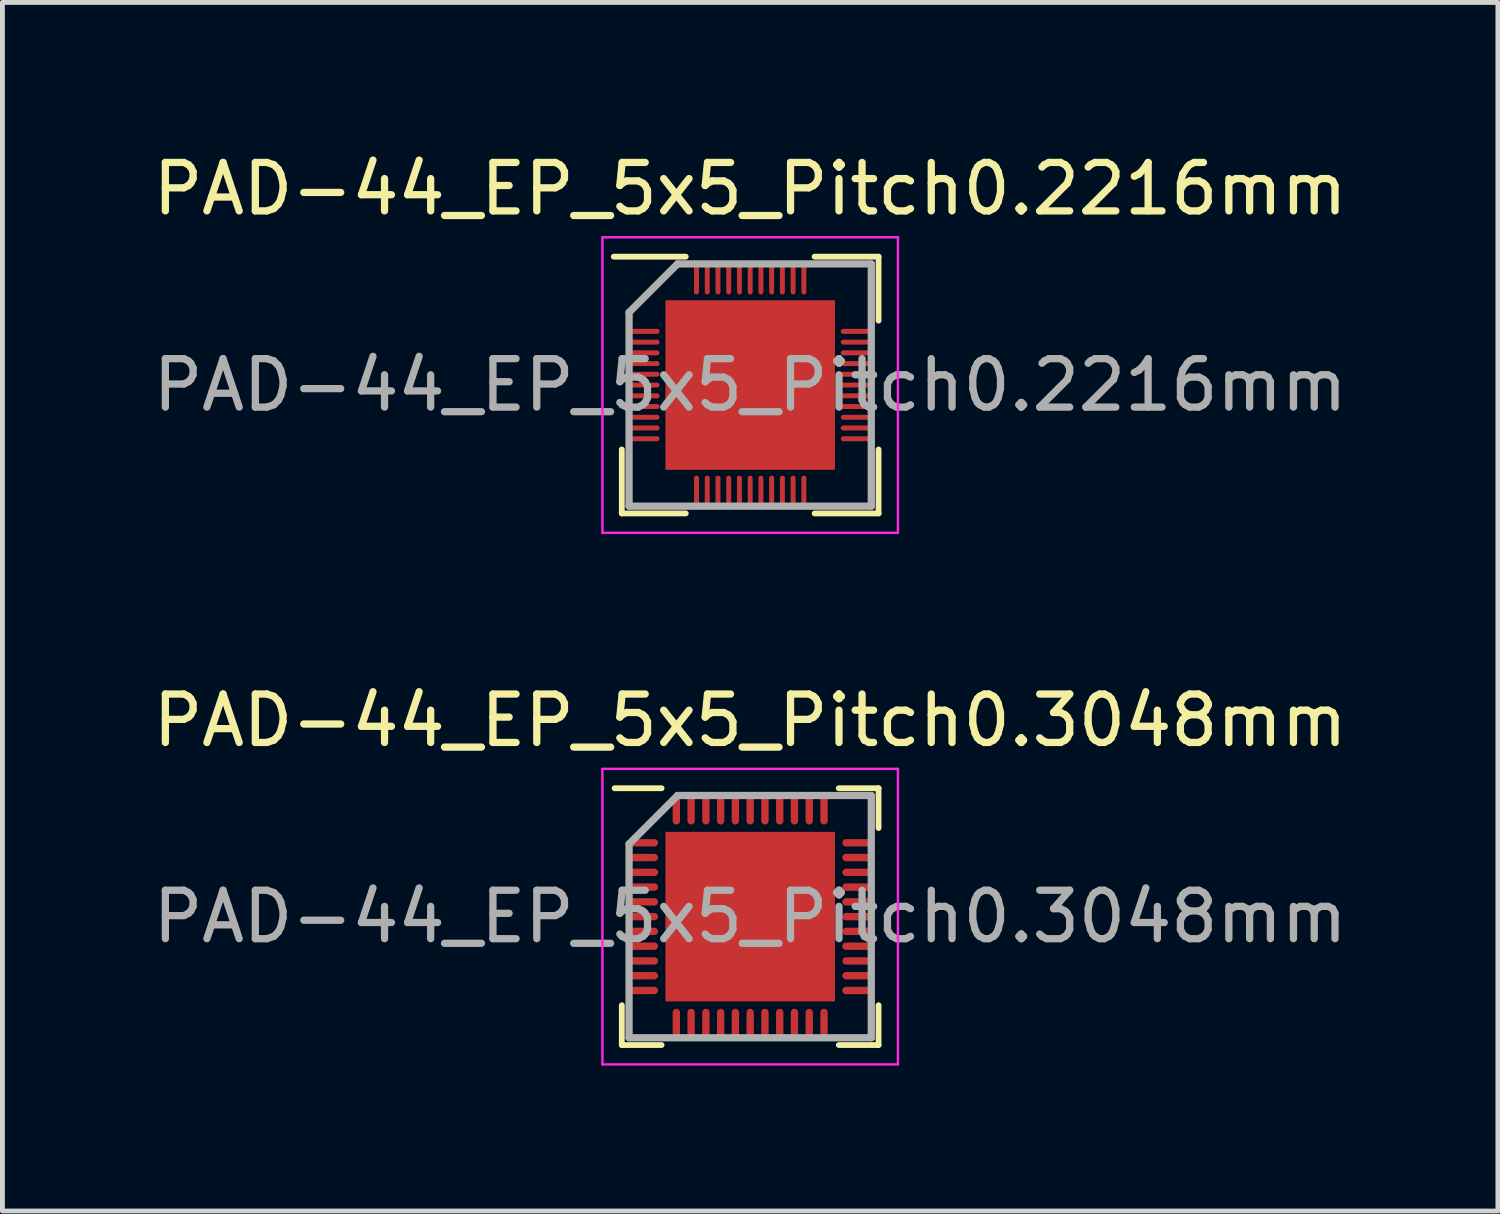
<source format=kicad_pcb>
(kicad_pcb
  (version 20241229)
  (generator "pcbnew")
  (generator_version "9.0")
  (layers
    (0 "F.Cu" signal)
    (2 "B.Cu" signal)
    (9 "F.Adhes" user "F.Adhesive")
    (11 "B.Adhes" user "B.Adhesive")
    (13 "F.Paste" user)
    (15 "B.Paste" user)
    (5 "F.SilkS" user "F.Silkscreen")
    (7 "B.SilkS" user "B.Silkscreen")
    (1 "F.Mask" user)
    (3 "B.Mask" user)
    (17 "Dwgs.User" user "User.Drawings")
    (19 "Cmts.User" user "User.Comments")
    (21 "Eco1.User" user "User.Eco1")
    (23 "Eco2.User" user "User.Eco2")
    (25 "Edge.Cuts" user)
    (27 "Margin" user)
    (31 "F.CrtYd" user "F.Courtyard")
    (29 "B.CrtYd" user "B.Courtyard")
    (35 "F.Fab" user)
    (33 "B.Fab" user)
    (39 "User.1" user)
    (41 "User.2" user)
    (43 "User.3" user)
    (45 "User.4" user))
  (footprint "PAD-44_EP_5x5_Pitch0.2216mm"
    (layer "F.Cu")
    (at 12.435 4.898)
    (property "Reference" "PAD-44_EP_5x5_Pitch0.2216mm" (at 0 -4.05 0) (layer "F.SilkS") (effects (font (size 1 1) (thickness 0.15))))
    (attr smd)
    (fp_line (start -2.65 2.65) (end -2.65 1.33) (stroke (width 0.12) (type default)) (layer "F.SilkS"))
    (fp_line (start -1.33 -2.65) (end -2.815 -2.65) (stroke (width 0.12) (type default)) (layer "F.SilkS"))
    (fp_line (start -1.33 2.65) (end -2.65 2.65) (stroke (width 0.12) (type default)) (layer "F.SilkS"))
    (fp_line (start 1.33 -2.65) (end 2.65 -2.65) (stroke (width 0.12) (type default)) (layer "F.SilkS"))
    (fp_line (start 1.33 2.65) (end 2.65 2.65) (stroke (width 0.12) (type default)) (layer "F.SilkS"))
    (fp_line (start 2.65 -2.65) (end 2.65 -1.33) (stroke (width 0.12) (type default)) (layer "F.SilkS"))
    (fp_line (start 2.65 2.65) (end 2.65 1.33) (stroke (width 0.12) (type default)) (layer "F.SilkS"))
    (fp_line (start -3.05 -3.05) (end 3.05 -3.05) (stroke (width 0.05) (type default)) (layer "F.CrtYd"))
    (fp_line (start -3.05 3.05) (end -3.05 -3.05) (stroke (width 0.05) (type default)) (layer "F.CrtYd"))
    (fp_line (start 3.05 -3.05) (end 3.05 3.05) (stroke (width 0.05) (type default)) (layer "F.CrtYd"))
    (fp_line (start 3.05 3.05) (end -3.05 3.05) (stroke (width 0.05) (type default)) (layer "F.CrtYd"))
    (fp_line (start -2.5 -1.5) (end -2.5 2.5) (stroke (width 0.15) (type default)) (layer "F.Fab"))
    (fp_line (start -2.5 2.5) (end 2.5 2.5) (stroke (width 0.15) (type default)) (layer "F.Fab"))
    (fp_line (start -1.5 -2.5) (end -2.5 -1.5) (stroke (width 0.15) (type default)) (layer "F.Fab"))
    (fp_line (start 2.5 -2.5) (end -1.5 -2.5) (stroke (width 0.15) (type default)) (layer "F.Fab"))
    (fp_line (start 2.5 2.5) (end 2.5 -2.5) (stroke (width 0.15) (type default)) (layer "F.Fab"))
    (fp_text user "${REFERENCE}" (at 0 0 0) (layer "F.Fab") (effects (font (size 1 1) (thickness 0.15))))
    (pad "" smd rect (at -1.312 -1.312) (size 0.875 0.875) (layers "F.Paste"))
    (pad "" smd rect (at -1.312 -0.438) (size 0.875 0.875) (layers "F.Paste"))
    (pad "" smd rect (at -1.312 0.438) (size 0.875 0.875) (layers "F.Paste"))
    (pad "" smd rect (at -1.312 1.312) (size 0.875 0.875) (layers "F.Paste"))
    (pad "" smd rect (at -0.438 -1.312) (size 0.875 0.875) (layers "F.Paste"))
    (pad "" smd rect (at -0.438 -0.438) (size 0.875 0.875) (layers "F.Paste"))
    (pad "" smd rect (at -0.438 0.438) (size 0.875 0.875) (layers "F.Paste"))
    (pad "" smd rect (at -0.438 1.312) (size 0.875 0.875) (layers "F.Paste"))
    (pad "" smd rect (at 0.438 -1.312) (size 0.875 0.875) (layers "F.Paste"))
    (pad "" smd rect (at 0.438 -0.438) (size 0.875 0.875) (layers "F.Paste"))
    (pad "" smd rect (at 0.438 0.438) (size 0.875 0.875) (layers "F.Paste"))
    (pad "" smd rect (at 0.438 1.312) (size 0.875 0.875) (layers "F.Paste"))
    (pad "" smd rect (at 1.312 -1.312) (size 0.875 0.875) (layers "F.Paste"))
    (pad "" smd rect (at 1.312 -0.438) (size 0.875 0.875) (layers "F.Paste"))
    (pad "" smd rect (at 1.312 0.438) (size 0.875 0.875) (layers "F.Paste"))
    (pad "" smd rect (at 1.312 1.312) (size 0.875 0.875) (layers "F.Paste"))
    (pad "1" smd oval (at -2.185 -1.108 90) (size 0.102 0.63) (layers "F.Cu" "F.Mask" "F.Paste"))
    (pad "2" smd oval (at -2.185 -0.886 90) (size 0.102 0.63) (layers "F.Cu" "F.Mask" "F.Paste"))
    (pad "3" smd oval (at -2.185 -0.665 90) (size 0.102 0.63) (layers "F.Cu" "F.Mask" "F.Paste"))
    (pad "4" smd oval (at -2.185 -0.443 90) (size 0.102 0.63) (layers "F.Cu" "F.Mask" "F.Paste"))
    (pad "5" smd oval (at -2.185 -0.222 90) (size 0.102 0.63) (layers "F.Cu" "F.Mask" "F.Paste"))
    (pad "6" smd oval (at -2.185 0 90) (size 0.102 0.63) (layers "F.Cu" "F.Mask" "F.Paste"))
    (pad "7" smd oval (at -2.185 0.222 90) (size 0.102 0.63) (layers "F.Cu" "F.Mask" "F.Paste"))
    (pad "8" smd oval (at -2.185 0.443 90) (size 0.102 0.63) (layers "F.Cu" "F.Mask" "F.Paste"))
    (pad "9" smd oval (at -2.185 0.665 90) (size 0.102 0.63) (layers "F.Cu" "F.Mask" "F.Paste"))
    (pad "10" smd oval (at -2.185 0.886 90) (size 0.102 0.63) (layers "F.Cu" "F.Mask" "F.Paste"))
    (pad "11" smd oval (at -2.185 1.108 90) (size 0.102 0.63) (layers "F.Cu" "F.Mask" "F.Paste"))
    (pad "12" smd oval (at -1.108 2.185) (size 0.102 0.63) (layers "F.Cu" "F.Mask" "F.Paste"))
    (pad "13" smd oval (at -0.886 2.185) (size 0.102 0.63) (layers "F.Cu" "F.Mask" "F.Paste"))
    (pad "14" smd oval (at -0.665 2.185) (size 0.102 0.63) (layers "F.Cu" "F.Mask" "F.Paste"))
    (pad "15" smd oval (at -0.443 2.185) (size 0.102 0.63) (layers "F.Cu" "F.Mask" "F.Paste"))
    (pad "16" smd oval (at -0.222 2.185) (size 0.102 0.63) (layers "F.Cu" "F.Mask" "F.Paste"))
    (pad "17" smd oval (at 0 2.185) (size 0.102 0.63) (layers "F.Cu" "F.Mask" "F.Paste"))
    (pad "18" smd oval (at 0.222 2.185) (size 0.102 0.63) (layers "F.Cu" "F.Mask" "F.Paste"))
    (pad "19" smd oval (at 0.443 2.185) (size 0.102 0.63) (layers "F.Cu" "F.Mask" "F.Paste"))
    (pad "20" smd oval (at 0.665 2.185) (size 0.102 0.63) (layers "F.Cu" "F.Mask" "F.Paste"))
    (pad "21" smd oval (at 0.886 2.185) (size 0.102 0.63) (layers "F.Cu" "F.Mask" "F.Paste"))
    (pad "22" smd oval (at 1.108 2.185) (size 0.102 0.63) (layers "F.Cu" "F.Mask" "F.Paste"))
    (pad "23" smd oval (at 2.185 1.108 90) (size 0.102 0.63) (layers "F.Cu" "F.Mask" "F.Paste"))
    (pad "24" smd oval (at 2.185 0.886 90) (size 0.102 0.63) (layers "F.Cu" "F.Mask" "F.Paste"))
    (pad "25" smd oval (at 2.185 0.665 90) (size 0.102 0.63) (layers "F.Cu" "F.Mask" "F.Paste"))
    (pad "26" smd oval (at 2.185 0.443 90) (size 0.102 0.63) (layers "F.Cu" "F.Mask" "F.Paste"))
    (pad "27" smd oval (at 2.185 0.222 90) (size 0.102 0.63) (layers "F.Cu" "F.Mask" "F.Paste"))
    (pad "28" smd oval (at 2.185 0 90) (size 0.102 0.63) (layers "F.Cu" "F.Mask" "F.Paste"))
    (pad "29" smd oval (at 2.185 -0.222 90) (size 0.102 0.63) (layers "F.Cu" "F.Mask" "F.Paste"))
    (pad "30" smd oval (at 2.185 -0.443 90) (size 0.102 0.63) (layers "F.Cu" "F.Mask" "F.Paste"))
    (pad "31" smd oval (at 2.185 -0.665 90) (size 0.102 0.63) (layers "F.Cu" "F.Mask" "F.Paste"))
    (pad "32" smd oval (at 2.185 -0.886 90) (size 0.102 0.63) (layers "F.Cu" "F.Mask" "F.Paste"))
    (pad "33" smd oval (at 2.185 -1.108 90) (size 0.102 0.63) (layers "F.Cu" "F.Mask" "F.Paste"))
    (pad "34" smd oval (at 1.108 -2.185) (size 0.102 0.63) (layers "F.Cu" "F.Mask" "F.Paste"))
    (pad "35" smd oval (at 0.886 -2.185) (size 0.102 0.63) (layers "F.Cu" "F.Mask" "F.Paste"))
    (pad "36" smd oval (at 0.665 -2.185) (size 0.102 0.63) (layers "F.Cu" "F.Mask" "F.Paste"))
    (pad "37" smd oval (at 0.443 -2.185) (size 0.102 0.63) (layers "F.Cu" "F.Mask" "F.Paste"))
    (pad "38" smd oval (at 0.222 -2.185) (size 0.102 0.63) (layers "F.Cu" "F.Mask" "F.Paste"))
    (pad "39" smd oval (at 0 -2.185) (size 0.102 0.63) (layers "F.Cu" "F.Mask" "F.Paste"))
    (pad "40" smd oval (at -0.222 -2.185) (size 0.102 0.63) (layers "F.Cu" "F.Mask" "F.Paste"))
    (pad "41" smd oval (at -0.443 -2.185) (size 0.102 0.63) (layers "F.Cu" "F.Mask" "F.Paste"))
    (pad "42" smd oval (at -0.665 -2.185) (size 0.102 0.63) (layers "F.Cu" "F.Mask" "F.Paste"))
    (pad "43" smd oval (at -0.886 -2.185) (size 0.102 0.63) (layers "F.Cu" "F.Mask" "F.Paste"))
    (pad "44" smd oval (at -1.108 -2.185) (size 0.102 0.63) (layers "F.Cu" "F.Mask" "F.Paste"))
    (pad "45" smd rect (at 0 0) (size 3.5 3.5) (layers "F.Cu" "F.Mask")))
  (footprint "PAD-44_EP_5x5_Pitch0.3048mm"
    (layer "F.Cu")
    (at 12.435 15.871)
    (property "Reference" "PAD-44_EP_5x5_Pitch0.3048mm" (at 0 -4.05 0) (layer "F.SilkS") (effects (font (size 1 1) (thickness 0.15))))
    (attr smd)
    (fp_line (start -2.65 2.65) (end -2.65 1.829) (stroke (width 0.12) (type default)) (layer "F.SilkS"))
    (fp_line (start -1.829 -2.65) (end -2.799 -2.65) (stroke (width 0.12) (type default)) (layer "F.SilkS"))
    (fp_line (start -1.829 2.65) (end -2.65 2.65) (stroke (width 0.12) (type default)) (layer "F.SilkS"))
    (fp_line (start 1.829 -2.65) (end 2.65 -2.65) (stroke (width 0.12) (type default)) (layer "F.SilkS"))
    (fp_line (start 1.829 2.65) (end 2.65 2.65) (stroke (width 0.12) (type default)) (layer "F.SilkS"))
    (fp_line (start 2.65 -2.65) (end 2.65 -1.829) (stroke (width 0.12) (type default)) (layer "F.SilkS"))
    (fp_line (start 2.65 2.65) (end 2.65 1.829) (stroke (width 0.12) (type default)) (layer "F.SilkS"))
    (fp_line (start -3.05 -3.05) (end 3.05 -3.05) (stroke (width 0.05) (type default)) (layer "F.CrtYd"))
    (fp_line (start -3.05 3.05) (end -3.05 -3.05) (stroke (width 0.05) (type default)) (layer "F.CrtYd"))
    (fp_line (start 3.05 -3.05) (end 3.05 3.05) (stroke (width 0.05) (type default)) (layer "F.CrtYd"))
    (fp_line (start 3.05 3.05) (end -3.05 3.05) (stroke (width 0.05) (type default)) (layer "F.CrtYd"))
    (fp_line (start -2.5 -1.5) (end -2.5 2.5) (stroke (width 0.15) (type default)) (layer "F.Fab"))
    (fp_line (start -2.5 2.5) (end 2.5 2.5) (stroke (width 0.15) (type default)) (layer "F.Fab"))
    (fp_line (start -1.5 -2.5) (end -2.5 -1.5) (stroke (width 0.15) (type default)) (layer "F.Fab"))
    (fp_line (start 2.5 -2.5) (end -1.5 -2.5) (stroke (width 0.15) (type default)) (layer "F.Fab"))
    (fp_line (start 2.5 2.5) (end 2.5 -2.5) (stroke (width 0.15) (type default)) (layer "F.Fab"))
    (fp_text user "${REFERENCE}" (at 0 0 0) (layer "F.Fab") (effects (font (size 1 1) (thickness 0.15))))
    (pad "" smd rect (at -1.312 -1.312) (size 0.875 0.875) (layers "F.Paste"))
    (pad "" smd rect (at -1.312 -0.438) (size 0.875 0.875) (layers "F.Paste"))
    (pad "" smd rect (at -1.312 0.438) (size 0.875 0.875) (layers "F.Paste"))
    (pad "" smd rect (at -1.312 1.312) (size 0.875 0.875) (layers "F.Paste"))
    (pad "" smd rect (at -0.438 -1.312) (size 0.875 0.875) (layers "F.Paste"))
    (pad "" smd rect (at -0.438 -0.438) (size 0.875 0.875) (layers "F.Paste"))
    (pad "" smd rect (at -0.438 0.438) (size 0.875 0.875) (layers "F.Paste"))
    (pad "" smd rect (at -0.438 1.312) (size 0.875 0.875) (layers "F.Paste"))
    (pad "" smd rect (at 0.438 -1.312) (size 0.875 0.875) (layers "F.Paste"))
    (pad "" smd rect (at 0.438 -0.438) (size 0.875 0.875) (layers "F.Paste"))
    (pad "" smd rect (at 0.438 0.438) (size 0.875 0.875) (layers "F.Paste"))
    (pad "" smd rect (at 0.438 1.312) (size 0.875 0.875) (layers "F.Paste"))
    (pad "" smd rect (at 1.312 -1.312) (size 0.875 0.875) (layers "F.Paste"))
    (pad "" smd rect (at 1.312 -0.438) (size 0.875 0.875) (layers "F.Paste"))
    (pad "" smd rect (at 1.312 0.438) (size 0.875 0.875) (layers "F.Paste"))
    (pad "" smd rect (at 1.312 1.312) (size 0.875 0.875) (layers "F.Paste"))
    (pad "1" smd oval (at -2.201 -1.524 90) (size 0.152 0.598) (layers "F.Cu" "F.Mask" "F.Paste"))
    (pad "2" smd oval (at -2.201 -1.219 90) (size 0.152 0.598) (layers "F.Cu" "F.Mask" "F.Paste"))
    (pad "3" smd oval (at -2.201 -0.914 90) (size 0.152 0.598) (layers "F.Cu" "F.Mask" "F.Paste"))
    (pad "4" smd oval (at -2.201 -0.61 90) (size 0.152 0.598) (layers "F.Cu" "F.Mask" "F.Paste"))
    (pad "5" smd oval (at -2.201 -0.305 90) (size 0.152 0.598) (layers "F.Cu" "F.Mask" "F.Paste"))
    (pad "6" smd oval (at -2.201 0 90) (size 0.152 0.598) (layers "F.Cu" "F.Mask" "F.Paste"))
    (pad "7" smd oval (at -2.201 0.305 90) (size 0.152 0.598) (layers "F.Cu" "F.Mask" "F.Paste"))
    (pad "8" smd oval (at -2.201 0.61 90) (size 0.152 0.598) (layers "F.Cu" "F.Mask" "F.Paste"))
    (pad "9" smd oval (at -2.201 0.914 90) (size 0.152 0.598) (layers "F.Cu" "F.Mask" "F.Paste"))
    (pad "10" smd oval (at -2.201 1.219 90) (size 0.152 0.598) (layers "F.Cu" "F.Mask" "F.Paste"))
    (pad "11" smd oval (at -2.201 1.524 90) (size 0.152 0.598) (layers "F.Cu" "F.Mask" "F.Paste"))
    (pad "12" smd oval (at -1.524 2.201) (size 0.152 0.598) (layers "F.Cu" "F.Mask" "F.Paste"))
    (pad "13" smd oval (at -1.219 2.201) (size 0.152 0.598) (layers "F.Cu" "F.Mask" "F.Paste"))
    (pad "14" smd oval (at -0.914 2.201) (size 0.152 0.598) (layers "F.Cu" "F.Mask" "F.Paste"))
    (pad "15" smd oval (at -0.61 2.201) (size 0.152 0.598) (layers "F.Cu" "F.Mask" "F.Paste"))
    (pad "16" smd oval (at -0.305 2.201) (size 0.152 0.598) (layers "F.Cu" "F.Mask" "F.Paste"))
    (pad "17" smd oval (at 0 2.201) (size 0.152 0.598) (layers "F.Cu" "F.Mask" "F.Paste"))
    (pad "18" smd oval (at 0.305 2.201) (size 0.152 0.598) (layers "F.Cu" "F.Mask" "F.Paste"))
    (pad "19" smd oval (at 0.61 2.201) (size 0.152 0.598) (layers "F.Cu" "F.Mask" "F.Paste"))
    (pad "20" smd oval (at 0.914 2.201) (size 0.152 0.598) (layers "F.Cu" "F.Mask" "F.Paste"))
    (pad "21" smd oval (at 1.219 2.201) (size 0.152 0.598) (layers "F.Cu" "F.Mask" "F.Paste"))
    (pad "22" smd oval (at 1.524 2.201) (size 0.152 0.598) (layers "F.Cu" "F.Mask" "F.Paste"))
    (pad "23" smd oval (at 2.201 1.524 90) (size 0.152 0.598) (layers "F.Cu" "F.Mask" "F.Paste"))
    (pad "24" smd oval (at 2.201 1.219 90) (size 0.152 0.598) (layers "F.Cu" "F.Mask" "F.Paste"))
    (pad "25" smd oval (at 2.201 0.914 90) (size 0.152 0.598) (layers "F.Cu" "F.Mask" "F.Paste"))
    (pad "26" smd oval (at 2.201 0.61 90) (size 0.152 0.598) (layers "F.Cu" "F.Mask" "F.Paste"))
    (pad "27" smd oval (at 2.201 0.305 90) (size 0.152 0.598) (layers "F.Cu" "F.Mask" "F.Paste"))
    (pad "28" smd oval (at 2.201 0 90) (size 0.152 0.598) (layers "F.Cu" "F.Mask" "F.Paste"))
    (pad "29" smd oval (at 2.201 -0.305 90) (size 0.152 0.598) (layers "F.Cu" "F.Mask" "F.Paste"))
    (pad "30" smd oval (at 2.201 -0.61 90) (size 0.152 0.598) (layers "F.Cu" "F.Mask" "F.Paste"))
    (pad "31" smd oval (at 2.201 -0.914 90) (size 0.152 0.598) (layers "F.Cu" "F.Mask" "F.Paste"))
    (pad "32" smd oval (at 2.201 -1.219 90) (size 0.152 0.598) (layers "F.Cu" "F.Mask" "F.Paste"))
    (pad "33" smd oval (at 2.201 -1.524 90) (size 0.152 0.598) (layers "F.Cu" "F.Mask" "F.Paste"))
    (pad "34" smd oval (at 1.524 -2.201) (size 0.152 0.598) (layers "F.Cu" "F.Mask" "F.Paste"))
    (pad "35" smd oval (at 1.219 -2.201) (size 0.152 0.598) (layers "F.Cu" "F.Mask" "F.Paste"))
    (pad "36" smd oval (at 0.914 -2.201) (size 0.152 0.598) (layers "F.Cu" "F.Mask" "F.Paste"))
    (pad "37" smd oval (at 0.61 -2.201) (size 0.152 0.598) (layers "F.Cu" "F.Mask" "F.Paste"))
    (pad "38" smd oval (at 0.305 -2.201) (size 0.152 0.598) (layers "F.Cu" "F.Mask" "F.Paste"))
    (pad "39" smd oval (at 0 -2.201) (size 0.152 0.598) (layers "F.Cu" "F.Mask" "F.Paste"))
    (pad "40" smd oval (at -0.305 -2.201) (size 0.152 0.598) (layers "F.Cu" "F.Mask" "F.Paste"))
    (pad "41" smd oval (at -0.61 -2.201) (size 0.152 0.598) (layers "F.Cu" "F.Mask" "F.Paste"))
    (pad "42" smd oval (at -0.914 -2.201) (size 0.152 0.598) (layers "F.Cu" "F.Mask" "F.Paste"))
    (pad "43" smd oval (at -1.219 -2.201) (size 0.152 0.598) (layers "F.Cu" "F.Mask" "F.Paste"))
    (pad "44" smd oval (at -1.524 -2.201) (size 0.152 0.598) (layers "F.Cu" "F.Mask" "F.Paste"))
    (pad "45" smd rect (at 0 0) (size 3.5 3.5) (layers "F.Cu" "F.Mask")))
  (gr_rect
    (start -3 -3)
    (end 27.869 21.947)
    (stroke (width 0.1) (type default))
    (fill no)
    (layer "Edge.Cuts")))
</source>
